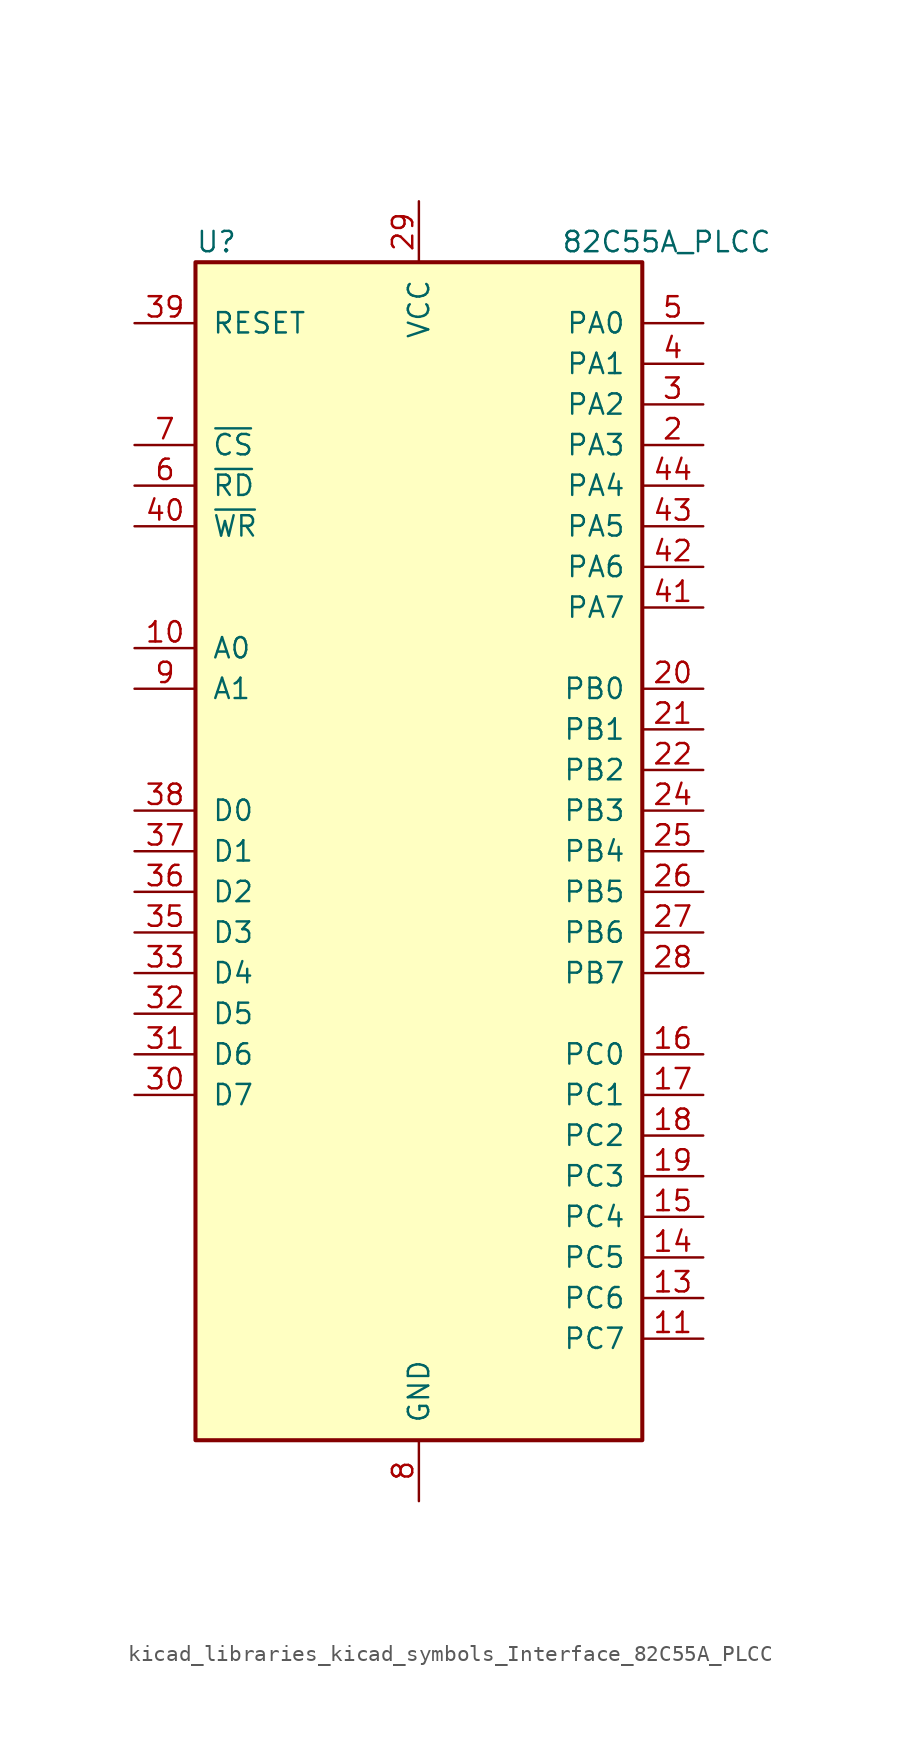
<source format=kicad_sym>
(kicad_symbol_lib
  (version 20220914)
  (generator kicad_symbol_editor)
  (symbol "kicad_libraries_kicad_symbols_Interface_82C55A_PLCC"
    (pin_names
      (offset 1.016))
    (property "Reference" "U"
      (at -13.97 38.1 0)
      (effects (font (size 1.27 1.27)) (justify left)))
    (property "Value" "82C55A_PLCC"
      (at 8.89 38.1 0)
      (effects (font (size 1.27 1.27)) (justify left)))
    (symbol "kicad_libraries_kicad_symbols_Interface_82C55A_PLCC_1_1"
      (rectangle (start -13.97 -36.83) (end 13.97 36.83) (stroke (width 0.254) (type default)) (fill (type background)))
      (pin no_connect line (at -13.97 -22.86 0) (length 5.08) hide (name "NC" (effects (font (size 1.27 1.27)))) (number "1" (effects (font (size 1.27 1.27)))))
      (pin input line (at -17.78 12.7 0) (length 3.81) (name "A0" (effects (font (size 1.27 1.27)))) (number "10" (effects (font (size 1.27 1.27)))))
      (pin bidirectional line (at 17.78 -30.48 180) (length 3.81) (name "PC7" (effects (font (size 1.27 1.27)))) (number "11" (effects (font (size 1.27 1.27)))))
      (pin no_connect line (at -13.97 -25.4 0) (length 5.08) hide (name "NC" (effects (font (size 1.27 1.27)))) (number "12" (effects (font (size 1.27 1.27)))))
      (pin bidirectional line (at 17.78 -27.94 180) (length 3.81) (name "PC6" (effects (font (size 1.27 1.27)))) (number "13" (effects (font (size 1.27 1.27)))))
      (pin bidirectional line (at 17.78 -25.4 180) (length 3.81) (name "PC5" (effects (font (size 1.27 1.27)))) (number "14" (effects (font (size 1.27 1.27)))))
      (pin bidirectional line (at 17.78 -22.86 180) (length 3.81) (name "PC4" (effects (font (size 1.27 1.27)))) (number "15" (effects (font (size 1.27 1.27)))))
      (pin bidirectional line (at 17.78 -12.7 180) (length 3.81) (name "PC0" (effects (font (size 1.27 1.27)))) (number "16" (effects (font (size 1.27 1.27)))))
      (pin bidirectional line (at 17.78 -15.24 180) (length 3.81) (name "PC1" (effects (font (size 1.27 1.27)))) (number "17" (effects (font (size 1.27 1.27)))))
      (pin bidirectional line (at 17.78 -17.78 180) (length 3.81) (name "PC2" (effects (font (size 1.27 1.27)))) (number "18" (effects (font (size 1.27 1.27)))))
      (pin bidirectional line (at 17.78 -20.32 180) (length 3.81) (name "PC3" (effects (font (size 1.27 1.27)))) (number "19" (effects (font (size 1.27 1.27)))))
      (pin bidirectional line (at 17.78 25.4 180) (length 3.81) (name "PA3" (effects (font (size 1.27 1.27)))) (number "2" (effects (font (size 1.27 1.27)))))
      (pin bidirectional line (at 17.78 10.16 180) (length 3.81) (name "PB0" (effects (font (size 1.27 1.27)))) (number "20" (effects (font (size 1.27 1.27)))))
      (pin bidirectional line (at 17.78 7.62 180) (length 3.81) (name "PB1" (effects (font (size 1.27 1.27)))) (number "21" (effects (font (size 1.27 1.27)))))
      (pin bidirectional line (at 17.78 5.08 180) (length 3.81) (name "PB2" (effects (font (size 1.27 1.27)))) (number "22" (effects (font (size 1.27 1.27)))))
      (pin no_connect line (at -13.97 -27.94 0) (length 5.08) hide (name "NC" (effects (font (size 1.27 1.27)))) (number "23" (effects (font (size 1.27 1.27)))))
      (pin bidirectional line (at 17.78 2.54 180) (length 3.81) (name "PB3" (effects (font (size 1.27 1.27)))) (number "24" (effects (font (size 1.27 1.27)))))
      (pin bidirectional line (at 17.78 0 180) (length 3.81) (name "PB4" (effects (font (size 1.27 1.27)))) (number "25" (effects (font (size 1.27 1.27)))))
      (pin bidirectional line (at 17.78 -2.54 180) (length 3.81) (name "PB5" (effects (font (size 1.27 1.27)))) (number "26" (effects (font (size 1.27 1.27)))))
      (pin bidirectional line (at 17.78 -5.08 180) (length 3.81) (name "PB6" (effects (font (size 1.27 1.27)))) (number "27" (effects (font (size 1.27 1.27)))))
      (pin bidirectional line (at 17.78 -7.62 180) (length 3.81) (name "PB7" (effects (font (size 1.27 1.27)))) (number "28" (effects (font (size 1.27 1.27)))))
      (pin power_in line (at 0 40.64 270) (length 3.81) (name "VCC" (effects (font (size 1.27 1.27)))) (number "29" (effects (font (size 1.27 1.27)))))
      (pin bidirectional line (at 17.78 27.94 180) (length 3.81) (name "PA2" (effects (font (size 1.27 1.27)))) (number "3" (effects (font (size 1.27 1.27)))))
      (pin bidirectional line (at -17.78 -15.24 0) (length 3.81) (name "D7" (effects (font (size 1.27 1.27)))) (number "30" (effects (font (size 1.27 1.27)))))
      (pin bidirectional line (at -17.78 -12.7 0) (length 3.81) (name "D6" (effects (font (size 1.27 1.27)))) (number "31" (effects (font (size 1.27 1.27)))))
      (pin bidirectional line (at -17.78 -10.16 0) (length 3.81) (name "D5" (effects (font (size 1.27 1.27)))) (number "32" (effects (font (size 1.27 1.27)))))
      (pin bidirectional line (at -17.78 -7.62 0) (length 3.81) (name "D4" (effects (font (size 1.27 1.27)))) (number "33" (effects (font (size 1.27 1.27)))))
      (pin no_connect line (at -13.97 -30.48 0) (length 5.08) hide (name "NC" (effects (font (size 1.27 1.27)))) (number "34" (effects (font (size 1.27 1.27)))))
      (pin bidirectional line (at -17.78 -5.08 0) (length 3.81) (name "D3" (effects (font (size 1.27 1.27)))) (number "35" (effects (font (size 1.27 1.27)))))
      (pin bidirectional line (at -17.78 -2.54 0) (length 3.81) (name "D2" (effects (font (size 1.27 1.27)))) (number "36" (effects (font (size 1.27 1.27)))))
      (pin bidirectional line (at -17.78 0 0) (length 3.81) (name "D1" (effects (font (size 1.27 1.27)))) (number "37" (effects (font (size 1.27 1.27)))))
      (pin bidirectional line (at -17.78 2.54 0) (length 3.81) (name "D0" (effects (font (size 1.27 1.27)))) (number "38" (effects (font (size 1.27 1.27)))))
      (pin input line (at -17.78 33.02 0) (length 3.81) (name "RESET" (effects (font (size 1.27 1.27)))) (number "39" (effects (font (size 1.27 1.27)))))
      (pin bidirectional line (at 17.78 30.48 180) (length 3.81) (name "PA1" (effects (font (size 1.27 1.27)))) (number "4" (effects (font (size 1.27 1.27)))))
      (pin input line (at -17.78 20.32 0) (length 3.81) (name "~{WR}" (effects (font (size 1.27 1.27)))) (number "40" (effects (font (size 1.27 1.27)))))
      (pin bidirectional line (at 17.78 15.24 180) (length 3.81) (name "PA7" (effects (font (size 1.27 1.27)))) (number "41" (effects (font (size 1.27 1.27)))))
      (pin bidirectional line (at 17.78 17.78 180) (length 3.81) (name "PA6" (effects (font (size 1.27 1.27)))) (number "42" (effects (font (size 1.27 1.27)))))
      (pin bidirectional line (at 17.78 20.32 180) (length 3.81) (name "PA5" (effects (font (size 1.27 1.27)))) (number "43" (effects (font (size 1.27 1.27)))))
      (pin bidirectional line (at 17.78 22.86 180) (length 3.81) (name "PA4" (effects (font (size 1.27 1.27)))) (number "44" (effects (font (size 1.27 1.27)))))
      (pin bidirectional line (at 17.78 33.02 180) (length 3.81) (name "PA0" (effects (font (size 1.27 1.27)))) (number "5" (effects (font (size 1.27 1.27)))))
      (pin input line (at -17.78 22.86 0) (length 3.81) (name "~{RD}" (effects (font (size 1.27 1.27)))) (number "6" (effects (font (size 1.27 1.27)))))
      (pin input line (at -17.78 25.4 0) (length 3.81) (name "~{CS}" (effects (font (size 1.27 1.27)))) (number "7" (effects (font (size 1.27 1.27)))))
      (pin power_in line (at 0 -40.64 90) (length 3.81) (name "GND" (effects (font (size 1.27 1.27)))) (number "8" (effects (font (size 1.27 1.27)))))
      (pin input line (at -17.78 10.16 0) (length 3.81) (name "A1" (effects (font (size 1.27 1.27)))) (number "9" (effects (font (size 1.27 1.27))))))))
</source>
